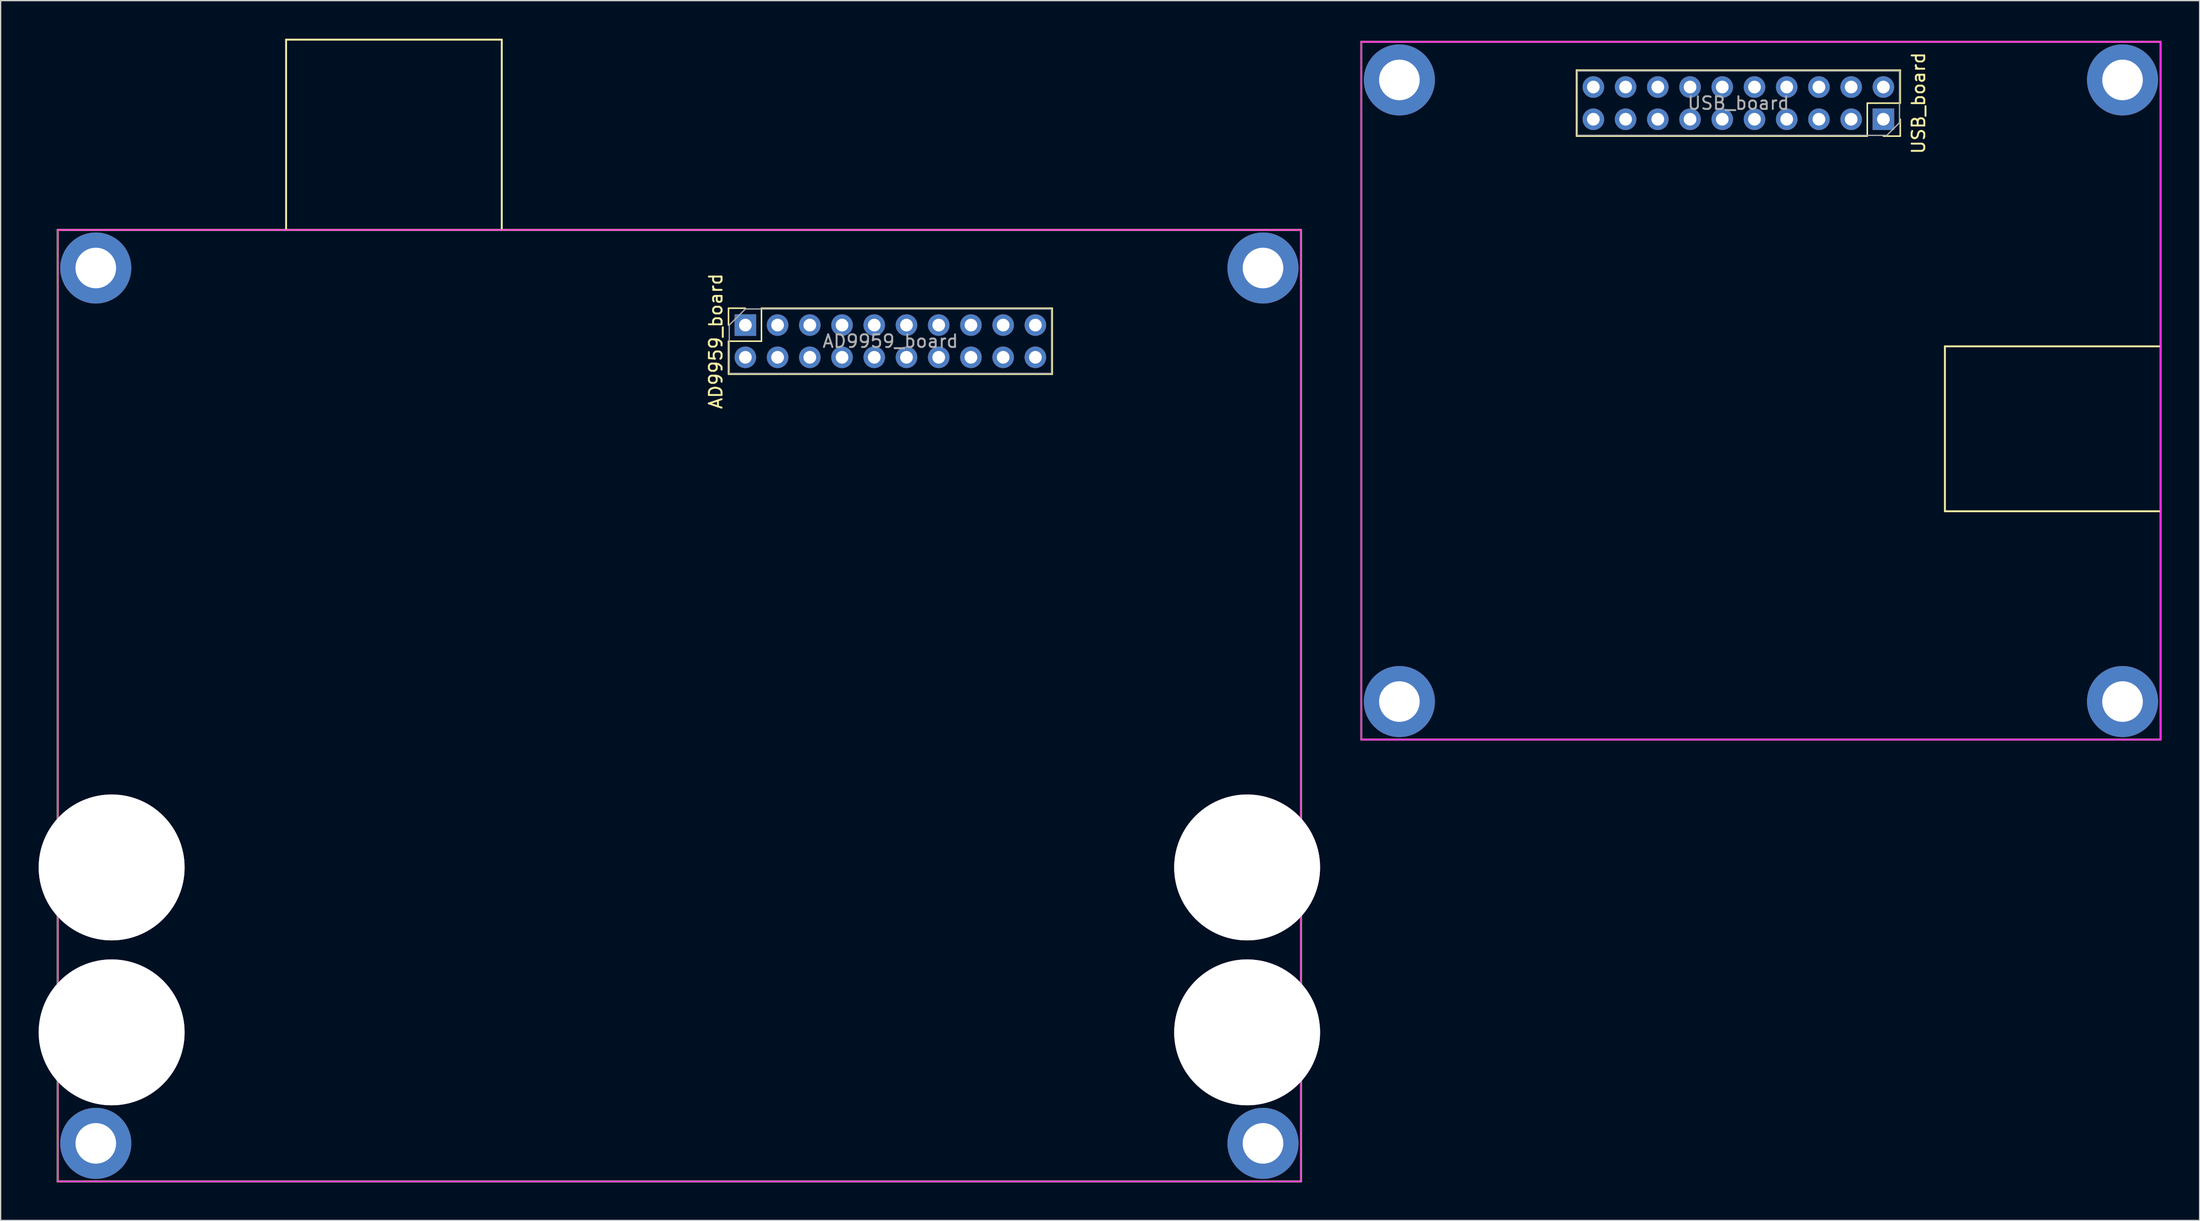
<source format=kicad_pcb>
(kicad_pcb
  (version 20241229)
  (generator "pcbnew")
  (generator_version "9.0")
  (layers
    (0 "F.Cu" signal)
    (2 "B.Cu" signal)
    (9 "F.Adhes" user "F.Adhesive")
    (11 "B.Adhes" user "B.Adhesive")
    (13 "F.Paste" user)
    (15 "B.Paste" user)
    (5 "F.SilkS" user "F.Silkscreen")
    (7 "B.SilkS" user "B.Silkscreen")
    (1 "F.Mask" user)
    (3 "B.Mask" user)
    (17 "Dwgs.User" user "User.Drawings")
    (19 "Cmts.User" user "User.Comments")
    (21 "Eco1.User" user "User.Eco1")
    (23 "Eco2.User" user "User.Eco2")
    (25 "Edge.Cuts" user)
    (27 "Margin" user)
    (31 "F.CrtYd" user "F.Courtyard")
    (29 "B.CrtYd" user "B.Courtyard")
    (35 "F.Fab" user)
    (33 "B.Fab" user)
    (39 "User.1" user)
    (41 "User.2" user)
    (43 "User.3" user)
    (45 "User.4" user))
  (footprint "USB_board"
    (layer "F.Cu")
    (at 104.25 0.25)
    (property "Reference" "USB_board" (at 43.92 4.83 270) (layer "F.SilkS") (effects (font (size 1 1) (thickness 0.15))))
    (attr through_hole)
    (fp_line (start 0 0) (end 63 0) (stroke (width 0.15) (type solid)) (layer "F.SilkS"))
    (fp_line (start 0 55) (end 0 0) (stroke (width 0.15) (type solid)) (layer "F.SilkS"))
    (fp_line (start 16.96 2.23) (end 16.96 7.43) (stroke (width 0.12) (type solid)) (layer "F.SilkS"))
    (fp_line (start 39.88 4.83) (end 39.88 7.43) (stroke (width 0.12) (type solid)) (layer "F.SilkS"))
    (fp_line (start 39.88 7.43) (end 16.96 7.43) (stroke (width 0.12) (type solid)) (layer "F.SilkS"))
    (fp_line (start 42.48 2.23) (end 16.96 2.23) (stroke (width 0.12) (type solid)) (layer "F.SilkS"))
    (fp_line (start 42.48 2.23) (end 42.48 4.83) (stroke (width 0.12) (type solid)) (layer "F.SilkS"))
    (fp_line (start 42.48 4.83) (end 39.88 4.83) (stroke (width 0.12) (type solid)) (layer "F.SilkS"))
    (fp_line (start 42.48 6.1) (end 42.48 7.43) (stroke (width 0.12) (type solid)) (layer "F.SilkS"))
    (fp_line (start 42.48 7.43) (end 41.15 7.43) (stroke (width 0.12) (type solid)) (layer "F.SilkS"))
    (fp_line (start 46 24) (end 63 24) (stroke (width 0.15) (type solid)) (layer "F.SilkS"))
    (fp_line (start 46 37) (end 46 24) (stroke (width 0.15) (type solid)) (layer "F.SilkS"))
    (fp_line (start 63 0) (end 63 55) (stroke (width 0.15) (type solid)) (layer "F.SilkS"))
    (fp_line (start 63 37) (end 46 37) (stroke (width 0.15) (type solid)) (layer "F.SilkS"))
    (fp_line (start 63 55) (end 0 55) (stroke (width 0.15) (type solid)) (layer "F.SilkS"))
    (fp_line (start 0 0) (end 63 0) (stroke (width 0.12) (type solid)) (layer "F.CrtYd"))
    (fp_line (start 0 55) (end 0 0) (stroke (width 0.12) (type solid)) (layer "F.CrtYd"))
    (fp_line (start 63 0) (end 63 55) (stroke (width 0.12) (type solid)) (layer "F.CrtYd"))
    (fp_line (start 63 55) (end 0 55) (stroke (width 0.12) (type solid)) (layer "F.CrtYd"))
    (fp_line (start 17.02 2.29) (end 42.42 2.29) (stroke (width 0.1) (type solid)) (layer "F.Fab"))
    (fp_line (start 17.02 7.37) (end 17.02 2.29) (stroke (width 0.1) (type solid)) (layer "F.Fab"))
    (fp_line (start 41.42 7.37) (end 17.02 7.37) (stroke (width 0.1) (type solid)) (layer "F.Fab"))
    (fp_line (start 42.42 2.29) (end 42.42 6.37) (stroke (width 0.1) (type solid)) (layer "F.Fab"))
    (fp_line (start 42.42 6.37) (end 41.42 7.37) (stroke (width 0.1) (type solid)) (layer "F.Fab"))
    (fp_text user "${REFERENCE}" (at 29.72 4.83 0) (layer "F.Fab") (effects (font (size 1 1) (thickness 0.15))))
    (pad "1" thru_hole rect (at 41.15 6.1 270) (size 1.7 1.7) (drill 1) (layers "*.Cu" "*.Mask"))
    (pad "2" thru_hole oval (at 41.15 3.56 270) (size 1.7 1.7) (drill 1) (layers "*.Cu" "*.Mask"))
    (pad "3" thru_hole oval (at 38.61 6.1 270) (size 1.7 1.7) (drill 1) (layers "*.Cu" "*.Mask"))
    (pad "4" thru_hole oval (at 38.61 3.56 270) (size 1.7 1.7) (drill 1) (layers "*.Cu" "*.Mask"))
    (pad "5" thru_hole oval (at 36.07 6.1 270) (size 1.7 1.7) (drill 1) (layers "*.Cu" "*.Mask"))
    (pad "6" thru_hole oval (at 36.07 3.56 270) (size 1.7 1.7) (drill 1) (layers "*.Cu" "*.Mask"))
    (pad "7" thru_hole oval (at 33.53 6.1 270) (size 1.7 1.7) (drill 1) (layers "*.Cu" "*.Mask"))
    (pad "8" thru_hole oval (at 33.53 3.56 270) (size 1.7 1.7) (drill 1) (layers "*.Cu" "*.Mask"))
    (pad "9" thru_hole oval (at 30.99 6.1 270) (size 1.7 1.7) (drill 1) (layers "*.Cu" "*.Mask"))
    (pad "10" thru_hole oval (at 30.99 3.56 270) (size 1.7 1.7) (drill 1) (layers "*.Cu" "*.Mask"))
    (pad "11" thru_hole oval (at 28.45 6.1 270) (size 1.7 1.7) (drill 1) (layers "*.Cu" "*.Mask"))
    (pad "12" thru_hole oval (at 28.45 3.56 270) (size 1.7 1.7) (drill 1) (layers "*.Cu" "*.Mask"))
    (pad "13" thru_hole oval (at 25.91 6.1 270) (size 1.7 1.7) (drill 1) (layers "*.Cu" "*.Mask"))
    (pad "14" thru_hole oval (at 25.91 3.56 270) (size 1.7 1.7) (drill 1) (layers "*.Cu" "*.Mask"))
    (pad "15" thru_hole oval (at 23.37 6.1 270) (size 1.7 1.7) (drill 1) (layers "*.Cu" "*.Mask"))
    (pad "16" thru_hole oval (at 23.37 3.56 270) (size 1.7 1.7) (drill 1) (layers "*.Cu" "*.Mask"))
    (pad "17" thru_hole oval (at 20.83 6.1 270) (size 1.7 1.7) (drill 1) (layers "*.Cu" "*.Mask"))
    (pad "18" thru_hole oval (at 20.83 3.56 270) (size 1.7 1.7) (drill 1) (layers "*.Cu" "*.Mask"))
    (pad "19" thru_hole oval (at 18.29 6.1 270) (size 1.7 1.7) (drill 1) (layers "*.Cu" "*.Mask"))
    (pad "20" thru_hole oval (at 18.29 3.56 270) (size 1.7 1.7) (drill 1) (layers "*.Cu" "*.Mask"))
    (pad "~" thru_hole circle (at 3 3) (size 5.6 5.6) (drill 3.2) (layers "*.Cu" "*.Mask"))
    (pad "~" thru_hole circle (at 3 52) (size 5.6 5.6) (drill 3.2) (layers "*.Cu" "*.Mask"))
    (pad "~" thru_hole circle (at 60 3) (size 5.6 5.6) (drill 3.2) (layers "*.Cu" "*.Mask"))
    (pad "~" thru_hole circle (at 60 52) (size 5.6 5.6) (drill 3.2) (layers "*.Cu" "*.Mask")))
  (footprint "AD9959_board"
    (layer "F.Cu")
    (at 1.5 15.075)
    (property "Reference" "AD9959_board" (at 51.87 8.77 270) (layer "F.SilkS") (effects (font (size 1 1) (thickness 0.15))))
    (attr through_hole)
    (fp_line (start 0 0) (end 98 0) (stroke (width 0.15) (type solid)) (layer "F.SilkS"))
    (fp_line (start 0 75) (end 0 0) (stroke (width 0.15) (type solid)) (layer "F.SilkS"))
    (fp_line (start 18 -15) (end 18 0) (stroke (width 0.15) (type solid)) (layer "F.SilkS"))
    (fp_line (start 35 -15) (end 18 -15) (stroke (width 0.15) (type solid)) (layer "F.SilkS"))
    (fp_line (start 35 0) (end 35 -15) (stroke (width 0.15) (type solid)) (layer "F.SilkS"))
    (fp_line (start 52.87 6.17) (end 52.87 7.5) (stroke (width 0.12) (type solid)) (layer "F.SilkS"))
    (fp_line (start 52.87 8.77) (end 52.87 11.37) (stroke (width 0.12) (type solid)) (layer "F.SilkS"))
    (fp_line (start 52.87 11.37) (end 78.39 11.37) (stroke (width 0.12) (type solid)) (layer "F.SilkS"))
    (fp_line (start 54.2 6.17) (end 52.87 6.17) (stroke (width 0.12) (type solid)) (layer "F.SilkS"))
    (fp_line (start 55.47 6.17) (end 55.47 8.77) (stroke (width 0.12) (type solid)) (layer "F.SilkS"))
    (fp_line (start 55.47 6.17) (end 78.39 6.17) (stroke (width 0.12) (type solid)) (layer "F.SilkS"))
    (fp_line (start 55.47 8.77) (end 52.87 8.77) (stroke (width 0.12) (type solid)) (layer "F.SilkS"))
    (fp_line (start 78.39 6.17) (end 78.39 11.37) (stroke (width 0.12) (type solid)) (layer "F.SilkS"))
    (fp_line (start 98 0) (end 98 75) (stroke (width 0.15) (type solid)) (layer "F.SilkS"))
    (fp_line (start 98 75) (end 0 75) (stroke (width 0.15) (type solid)) (layer "F.SilkS"))
    (fp_line (start 0 0) (end 98 0) (stroke (width 0.1) (type solid)) (layer "F.CrtYd"))
    (fp_line (start 0 75) (end 0 0) (stroke (width 0.1) (type solid)) (layer "F.CrtYd"))
    (fp_line (start 98 0) (end 98 75) (stroke (width 0.1) (type solid)) (layer "F.CrtYd"))
    (fp_line (start 98 75) (end 0 75) (stroke (width 0.1) (type solid)) (layer "F.CrtYd"))
    (fp_line (start 52.93 7.5) (end 52.93 11.31) (stroke (width 0.1) (type solid)) (layer "F.Fab"))
    (fp_line (start 52.93 11.31) (end 78.33 11.31) (stroke (width 0.1) (type solid)) (layer "F.Fab"))
    (fp_line (start 54.2 6.23) (end 52.93 7.5) (stroke (width 0.1) (type solid)) (layer "F.Fab"))
    (fp_line (start 78.33 6.23) (end 54.2 6.23) (stroke (width 0.1) (type solid)) (layer "F.Fab"))
    (fp_line (start 78.33 11.31) (end 78.33 6.23) (stroke (width 0.1) (type solid)) (layer "F.Fab"))
    (fp_text user "${REFERENCE}" (at 65.63 8.77 0) (layer "F.Fab") (effects (font (size 1 1) (thickness 0.15))))
    (pad "1" thru_hole rect (at 54.2 7.5 90) (size 1.7 1.7) (drill 1) (layers "*.Cu" "*.Mask"))
    (pad "2" thru_hole oval (at 54.2 10.04 90) (size 1.7 1.7) (drill 1) (layers "*.Cu" "*.Mask"))
    (pad "3" thru_hole oval (at 56.74 7.5 90) (size 1.7 1.7) (drill 1) (layers "*.Cu" "*.Mask"))
    (pad "4" thru_hole oval (at 56.74 10.04 90) (size 1.7 1.7) (drill 1) (layers "*.Cu" "*.Mask"))
    (pad "5" thru_hole oval (at 59.28 7.5 90) (size 1.7 1.7) (drill 1) (layers "*.Cu" "*.Mask"))
    (pad "6" thru_hole oval (at 59.28 10.04 90) (size 1.7 1.7) (drill 1) (layers "*.Cu" "*.Mask"))
    (pad "7" thru_hole oval (at 61.82 7.5 90) (size 1.7 1.7) (drill 1) (layers "*.Cu" "*.Mask"))
    (pad "8" thru_hole oval (at 61.82 10.04 90) (size 1.7 1.7) (drill 1) (layers "*.Cu" "*.Mask"))
    (pad "9" thru_hole oval (at 64.36 7.5 90) (size 1.7 1.7) (drill 1) (layers "*.Cu" "*.Mask"))
    (pad "10" thru_hole oval (at 64.36 10.04 90) (size 1.7 1.7) (drill 1) (layers "*.Cu" "*.Mask"))
    (pad "11" thru_hole oval (at 66.9 7.5 90) (size 1.7 1.7) (drill 1) (layers "*.Cu" "*.Mask"))
    (pad "12" thru_hole oval (at 66.9 10.04 90) (size 1.7 1.7) (drill 1) (layers "*.Cu" "*.Mask"))
    (pad "13" thru_hole oval (at 69.44 7.5 90) (size 1.7 1.7) (drill 1) (layers "*.Cu" "*.Mask"))
    (pad "14" thru_hole oval (at 69.44 10.04 90) (size 1.7 1.7) (drill 1) (layers "*.Cu" "*.Mask"))
    (pad "15" thru_hole oval (at 71.98 7.5 90) (size 1.7 1.7) (drill 1) (layers "*.Cu" "*.Mask"))
    (pad "16" thru_hole oval (at 71.98 10.04 90) (size 1.7 1.7) (drill 1) (layers "*.Cu" "*.Mask"))
    (pad "17" thru_hole oval (at 74.52 7.5 90) (size 1.7 1.7) (drill 1) (layers "*.Cu" "*.Mask"))
    (pad "18" thru_hole oval (at 74.52 10.04 90) (size 1.7 1.7) (drill 1) (layers "*.Cu" "*.Mask"))
    (pad "19" thru_hole oval (at 77.06 7.5 90) (size 1.7 1.7) (drill 1) (layers "*.Cu" "*.Mask"))
    (pad "20" thru_hole oval (at 77.06 10.04 90) (size 1.7 1.7) (drill 1) (layers "*.Cu" "*.Mask"))
    (pad "~" thru_hole circle (at 3 3) (size 5.6 5.6) (drill 3.2) (layers "*.Cu" "*.Mask"))
    (pad "~" thru_hole circle (at 3 72) (size 5.6 5.6) (drill 3.2) (layers "*.Cu" "*.Mask"))
    (pad "~" thru_hole circle (at 4.25 50.25) (size 11.5 11.5) (drill 11.5) (layers "*.Cu" "*.Mask"))
    (pad "~" thru_hole circle (at 4.25 63.25) (size 11.5 11.5) (drill 11.5) (layers "*.Cu" "*.Mask"))
    (pad "~" thru_hole circle (at 93.75 50.25) (size 11.5 11.5) (drill 11.5) (layers "*.Cu" "*.Mask"))
    (pad "~" thru_hole circle (at 93.75 63.25) (size 11.5 11.5) (drill 11.5) (layers "*.Cu" "*.Mask"))
    (pad "~" thru_hole circle (at 95 3) (size 5.6 5.6) (drill 3.2) (layers "*.Cu" "*.Mask"))
    (pad "~" thru_hole circle (at 95 72) (size 5.6 5.6) (drill 3.2) (layers "*.Cu" "*.Mask")))
  (gr_rect
    (start -3 -3)
    (end 170.325 93.15)
    (stroke (width 0.1) (type default))
    (fill no)
    (layer "Edge.Cuts")))
</source>
